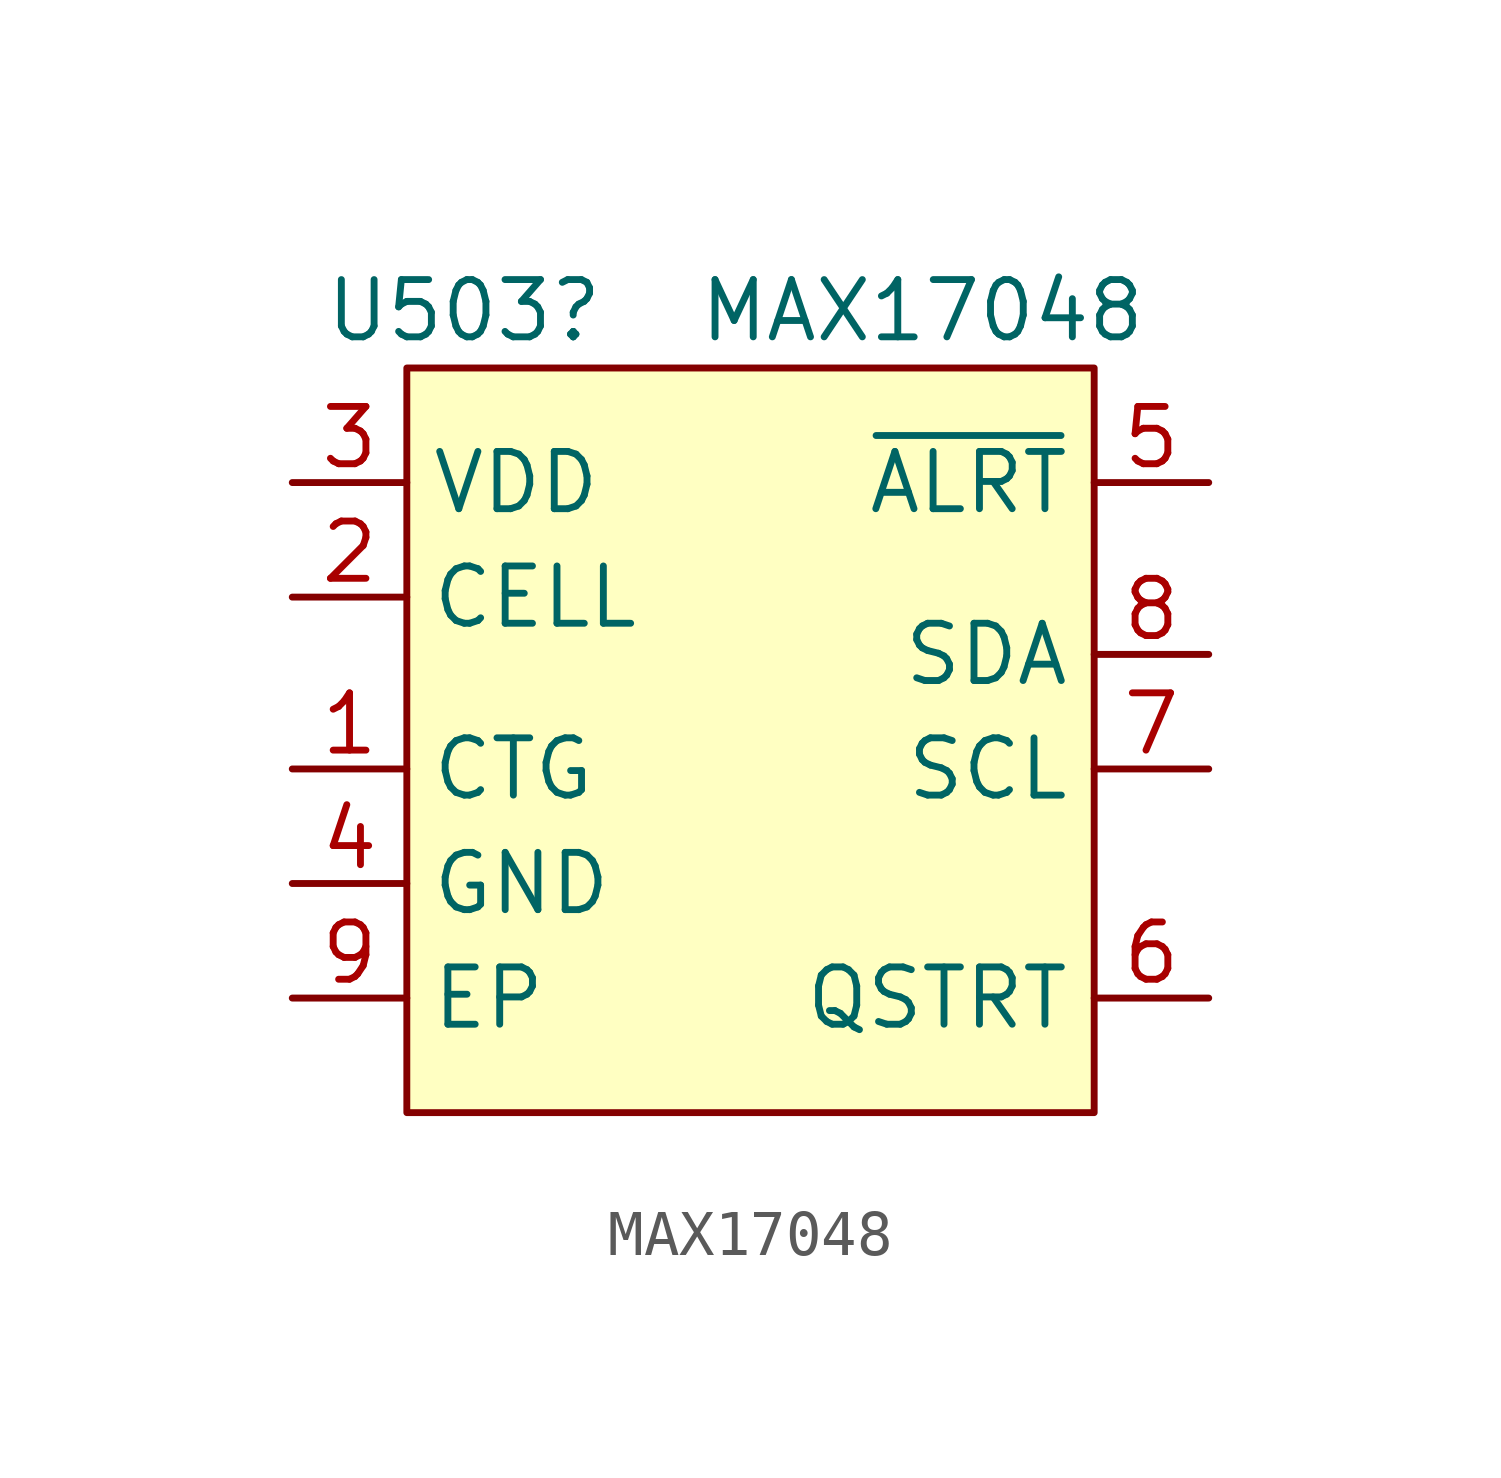
<source format=kicad_sym>
(kicad_symbol_lib
  (version 20220914)
  (generator kicad_symbol_editor)
  (symbol "MAX17048"
    (property "Reference" "U503"
      (at -6.35 8.89 0)
      (effects (font (size 1.27 1.27))))
    (property "Value" "MAX17048"
      (at 3.81 8.89 0)
      (effects (font (size 1.27 1.27))))
    (symbol "MAX17048_0_1"
      (rectangle (start -7.62 7.62) (end 7.62 -8.89) (stroke (width 0) (type default)) (fill (type background))))
    (symbol "MAX17048_1_1"
      (pin power_in line (at -10.16 -1.27 0) (length 2.54) (name "CTG" (effects (font (size 1.27 1.27)))) (number "1" (effects (font (size 1.27 1.27)))))
      (pin power_in line (at -10.16 2.54 0) (length 2.54) (name "CELL" (effects (font (size 1.27 1.27)))) (number "2" (effects (font (size 1.27 1.27)))))
      (pin power_in line (at -10.16 5.08 0) (length 2.54) (name "VDD" (effects (font (size 1.27 1.27)))) (number "3" (effects (font (size 1.27 1.27)))))
      (pin power_in line (at -10.16 -3.81 0) (length 2.54) (name "GND" (effects (font (size 1.27 1.27)))) (number "4" (effects (font (size 1.27 1.27)))))
      (pin output line (at 10.16 5.08 180) (length 2.54) (name "~{ALRT}" (effects (font (size 1.27 1.27)))) (number "5" (effects (font (size 1.27 1.27)))))
      (pin input line (at 10.16 -6.35 180) (length 2.54) (name "QSTRT" (effects (font (size 1.27 1.27)))) (number "6" (effects (font (size 1.27 1.27)))))
      (pin input line (at 10.16 -1.27 180) (length 2.54) (name "SCL" (effects (font (size 1.27 1.27)))) (number "7" (effects (font (size 1.27 1.27)))))
      (pin bidirectional line (at 10.16 1.27 180) (length 2.54) (name "SDA" (effects (font (size 1.27 1.27)))) (number "8" (effects (font (size 1.27 1.27)))))
      (pin power_in line (at -10.16 -6.35 0) (length 2.54) (name "EP" (effects (font (size 1.27 1.27)))) (number "9" (effects (font (size 1.27 1.27))))))))
</source>
